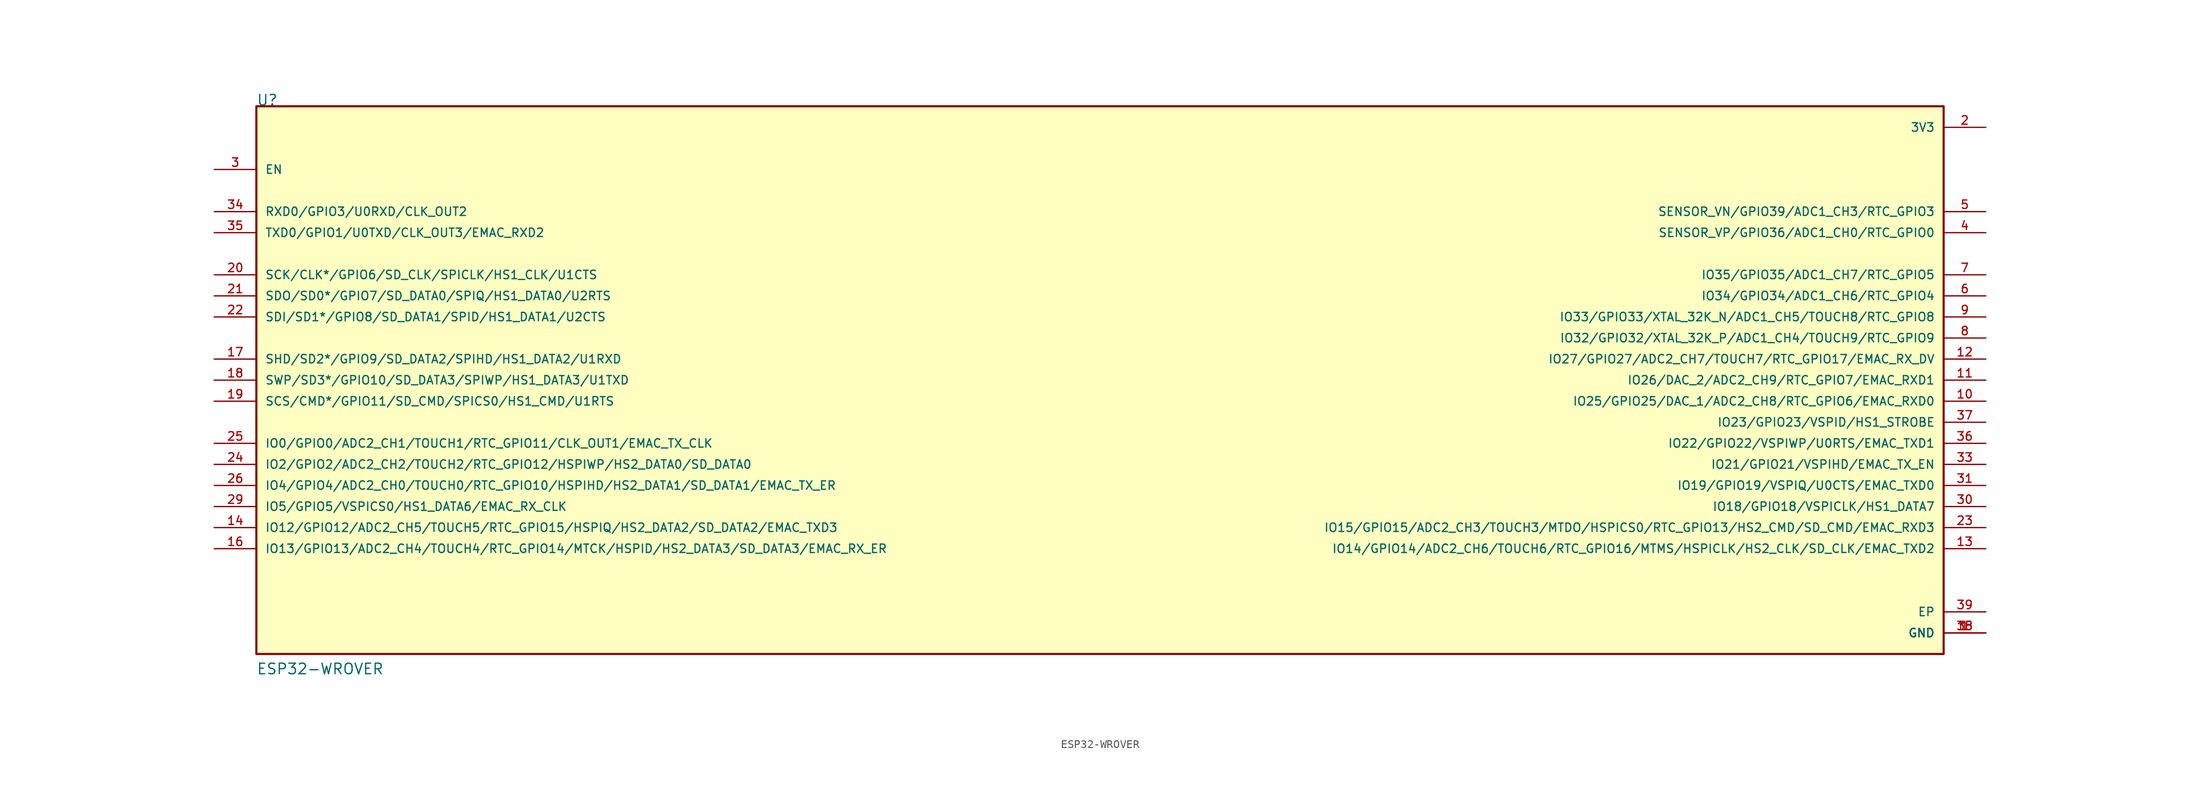
<source format=kicad_sym>
(kicad_symbol_lib
  (version 20211014)
  (generator kicad_symbol_editor)
  (symbol "ESP32-WROVER"
    (pin_names
      (offset 1.016))
    (property "Reference" "U"
      (at -101.6 33.02 0)
      (effects (font (size 1.27 1.27)) (justify bottom left)))
    (property "Value" "ESP32-WROVER"
      (at -101.6 -35.56 0)
      (effects (font (size 1.27 1.27)) (justify bottom left)))
    (symbol "ESP32-WROVER_0_0"
      (rectangle (start -101.6 -33.02) (end 101.6 33.02) (stroke (width 0.254)) (fill (type background)))
      (pin power_in line (at 106.68 -30.48 180.0) (length 5.08) (name "GND" (effects (font (size 1.016 1.016)))) (number "1" (effects (font (size 1.016 1.016)))))
      (pin power_in line (at 106.68 -30.48 180.0) (length 5.08) (name "GND" (effects (font (size 1.016 1.016)))) (number "15" (effects (font (size 1.016 1.016)))))
      (pin power_in line (at 106.68 -30.48 180.0) (length 5.08) (name "GND" (effects (font (size 1.016 1.016)))) (number "38" (effects (font (size 1.016 1.016)))))
      (pin power_in line (at 106.68 30.48 180.0) (length 5.08) (name "3V3" (effects (font (size 1.016 1.016)))) (number "2" (effects (font (size 1.016 1.016)))))
      (pin input line (at -106.68 25.4 0) (length 5.08) (name "EN" (effects (font (size 1.016 1.016)))) (number "3" (effects (font (size 1.016 1.016)))))
      (pin bidirectional line (at 106.68 17.78 180.0) (length 5.08) (name "SENSOR_VP/GPIO36/ADC1_CH0/RTC_GPIO0" (effects (font (size 1.016 1.016)))) (number "4" (effects (font (size 1.016 1.016)))))
      (pin bidirectional line (at 106.68 20.32 180.0) (length 5.08) (name "SENSOR_VN/GPIO39/ADC1_CH3/RTC_GPIO3" (effects (font (size 1.016 1.016)))) (number "5" (effects (font (size 1.016 1.016)))))
      (pin bidirectional line (at 106.68 10.16 180.0) (length 5.08) (name "IO34/GPIO34/ADC1_CH6/RTC_GPIO4" (effects (font (size 1.016 1.016)))) (number "6" (effects (font (size 1.016 1.016)))))
      (pin bidirectional line (at 106.68 12.7 180.0) (length 5.08) (name "IO35/GPIO35/ADC1_CH7/RTC_GPIO5" (effects (font (size 1.016 1.016)))) (number "7" (effects (font (size 1.016 1.016)))))
      (pin bidirectional line (at 106.68 5.08 180.0) (length 5.08) (name "IO32/GPIO32/XTAL_32K_P/ADC1_CH4/TOUCH9/RTC_GPIO9" (effects (font (size 1.016 1.016)))) (number "8" (effects (font (size 1.016 1.016)))))
      (pin bidirectional line (at 106.68 7.62 180.0) (length 5.08) (name "IO33/GPIO33/XTAL_32K_N/ADC1_CH5/TOUCH8/RTC_GPIO8" (effects (font (size 1.016 1.016)))) (number "9" (effects (font (size 1.016 1.016)))))
      (pin bidirectional line (at 106.68 -2.54 180.0) (length 5.08) (name "IO25/GPIO25/DAC_1/ADC2_CH8/RTC_GPIO6/EMAC_RXD0" (effects (font (size 1.016 1.016)))) (number "10" (effects (font (size 1.016 1.016)))))
      (pin bidirectional line (at 106.68 0.0 180.0) (length 5.08) (name "IO26/DAC_2/ADC2_CH9/RTC_GPIO7/EMAC_RXD1" (effects (font (size 1.016 1.016)))) (number "11" (effects (font (size 1.016 1.016)))))
      (pin bidirectional line (at 106.68 2.54 180.0) (length 5.08) (name "IO27/GPIO27/ADC2_CH7/TOUCH7/RTC_GPIO17/EMAC_RX_DV" (effects (font (size 1.016 1.016)))) (number "12" (effects (font (size 1.016 1.016)))))
      (pin bidirectional line (at 106.68 -20.32 180.0) (length 5.08) (name "IO14/GPIO14/ADC2_CH6/TOUCH6/RTC_GPIO16/MTMS/HSPICLK/HS2_CLK/SD_CLK/EMAC_TXD2" (effects (font (size 1.016 1.016)))) (number "13" (effects (font (size 1.016 1.016)))))
      (pin bidirectional line (at -106.68 -17.78 0) (length 5.08) (name "IO12/GPIO12/ADC2_CH5/TOUCH5/RTC_GPIO15/HSPIQ/HS2_DATA2/SD_DATA2/EMAC_TXD3" (effects (font (size 1.016 1.016)))) (number "14" (effects (font (size 1.016 1.016)))))
      (pin bidirectional line (at -106.68 -20.32 0) (length 5.08) (name "IO13/GPIO13/ADC2_CH4/TOUCH4/RTC_GPIO14/MTCK/HSPID/HS2_DATA3/SD_DATA3/EMAC_RX_ER" (effects (font (size 1.016 1.016)))) (number "16" (effects (font (size 1.016 1.016)))))
      (pin bidirectional line (at -106.68 2.54 0) (length 5.08) (name "SHD/SD2*/GPIO9/SD_DATA2/SPIHD/HS1_DATA2/U1RXD" (effects (font (size 1.016 1.016)))) (number "17" (effects (font (size 1.016 1.016)))))
      (pin bidirectional line (at -106.68 0.0 0) (length 5.08) (name "SWP/SD3*/GPIO10/SD_DATA3/SPIWP/HS1_DATA3/U1TXD" (effects (font (size 1.016 1.016)))) (number "18" (effects (font (size 1.016 1.016)))))
      (pin bidirectional line (at -106.68 -2.54 0) (length 5.08) (name "SCS/CMD*/GPIO11/SD_CMD/SPICS0/HS1_CMD/U1RTS" (effects (font (size 1.016 1.016)))) (number "19" (effects (font (size 1.016 1.016)))))
      (pin bidirectional line (at -106.68 12.7 0) (length 5.08) (name "SCK/CLK*/GPIO6/SD_CLK/SPICLK/HS1_CLK/U1CTS" (effects (font (size 1.016 1.016)))) (number "20" (effects (font (size 1.016 1.016)))))
      (pin bidirectional line (at -106.68 10.16 0) (length 5.08) (name "SDO/SD0*/GPIO7/SD_DATA0/SPIQ/HS1_DATA0/U2RTS" (effects (font (size 1.016 1.016)))) (number "21" (effects (font (size 1.016 1.016)))))
      (pin bidirectional line (at -106.68 7.62 0) (length 5.08) (name "SDI/SD1*/GPIO8/SD_DATA1/SPID/HS1_DATA1/U2CTS" (effects (font (size 1.016 1.016)))) (number "22" (effects (font (size 1.016 1.016)))))
      (pin bidirectional line (at 106.68 -17.78 180.0) (length 5.08) (name "IO15/GPIO15/ADC2_CH3/TOUCH3/MTDO/HSPICS0/RTC_GPIO13/HS2_CMD/SD_CMD/EMAC_RXD3" (effects (font (size 1.016 1.016)))) (number "23" (effects (font (size 1.016 1.016)))))
      (pin bidirectional line (at -106.68 -10.16 0) (length 5.08) (name "IO2/GPIO2/ADC2_CH2/TOUCH2/RTC_GPIO12/HSPIWP/HS2_DATA0/SD_DATA0" (effects (font (size 1.016 1.016)))) (number "24" (effects (font (size 1.016 1.016)))))
      (pin bidirectional line (at -106.68 -7.62 0) (length 5.08) (name "IO0/GPIO0/ADC2_CH1/TOUCH1/RTC_GPIO11/CLK_OUT1/EMAC_TX_CLK" (effects (font (size 1.016 1.016)))) (number "25" (effects (font (size 1.016 1.016)))))
      (pin bidirectional line (at -106.68 -12.7 0) (length 5.08) (name "IO4/GPIO4/ADC2_CH0/TOUCH0/RTC_GPIO10/HSPIHD/HS2_DATA1/SD_DATA1/EMAC_TX_ER" (effects (font (size 1.016 1.016)))) (number "26" (effects (font (size 1.016 1.016)))))
      (pin bidirectional line (at -106.68 -15.24 0) (length 5.08) (name "IO5/GPIO5/VSPICS0/HS1_DATA6/EMAC_RX_CLK" (effects (font (size 1.016 1.016)))) (number "29" (effects (font (size 1.016 1.016)))))
      (pin bidirectional line (at 106.68 -15.24 180.0) (length 5.08) (name "IO18/GPIO18/VSPICLK/HS1_DATA7" (effects (font (size 1.016 1.016)))) (number "30" (effects (font (size 1.016 1.016)))))
      (pin bidirectional line (at 106.68 -12.7 180.0) (length 5.08) (name "IO19/GPIO19/VSPIQ/U0CTS/EMAC_TXD0" (effects (font (size 1.016 1.016)))) (number "31" (effects (font (size 1.016 1.016)))))
      (pin bidirectional line (at 106.68 -10.16 180.0) (length 5.08) (name "IO21/GPIO21/VSPIHD/EMAC_TX_EN" (effects (font (size 1.016 1.016)))) (number "33" (effects (font (size 1.016 1.016)))))
      (pin bidirectional line (at -106.68 20.32 0) (length 5.08) (name "RXD0/GPIO3/U0RXD/CLK_OUT2" (effects (font (size 1.016 1.016)))) (number "34" (effects (font (size 1.016 1.016)))))
      (pin bidirectional line (at -106.68 17.78 0) (length 5.08) (name "TXD0/GPIO1/U0TXD/CLK_OUT3/EMAC_RXD2" (effects (font (size 1.016 1.016)))) (number "35" (effects (font (size 1.016 1.016)))))
      (pin bidirectional line (at 106.68 -7.62 180.0) (length 5.08) (name "IO22/GPIO22/VSPIWP/U0RTS/EMAC_TXD1" (effects (font (size 1.016 1.016)))) (number "36" (effects (font (size 1.016 1.016)))))
      (pin bidirectional line (at 106.68 -5.08 180.0) (length 5.08) (name "IO23/GPIO23/VSPID/HS1_STROBE" (effects (font (size 1.016 1.016)))) (number "37" (effects (font (size 1.016 1.016)))))
      (pin power_in line (at 106.68 -27.94 180.0) (length 5.08) (name "EP" (effects (font (size 1.016 1.016)))) (number "39" (effects (font (size 1.016 1.016))))))))
</source>
